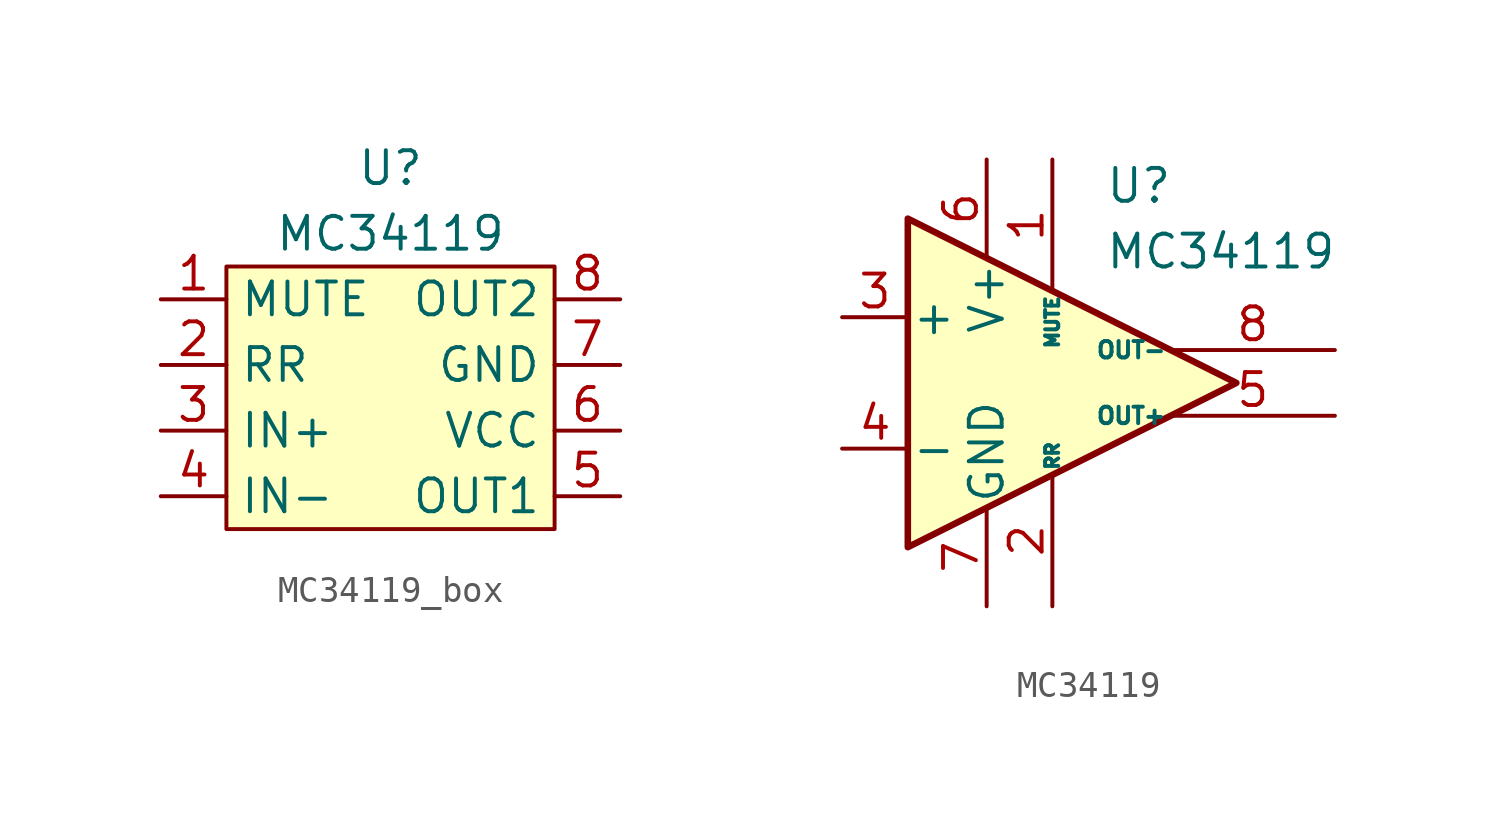
<source format=kicad_sym>
(kicad_symbol_lib
  (version 20231120)
  (generator "kicad_symbol_editor")
  (generator_version "8.0")
  (symbol "MC34119_box"
    (property "Reference" "U"
      (at 0 8.89 0)
      (effects (font (size 1.27 1.27))))
    (property "Value" "MC34119"
      (at 0 6.35 0)
      (effects (font (size 1.27 1.27))))
    (symbol "MC34119_box_1_1"
      (rectangle (start -6.35 5.08) (end 6.35 -5.08) (stroke (width 0) (type default)) (fill (type background)))
      (pin input line (at -8.89 3.81 0) (length 2.54) (name "MUTE" (effects (font (size 1.27 1.27)))) (number "1" (effects (font (size 1.27 1.27)))))
      (pin input line (at -8.89 1.27 0) (length 2.54) (name "RR" (effects (font (size 1.27 1.27)))) (number "2" (effects (font (size 1.27 1.27)))))
      (pin input line (at -8.89 -1.27 0) (length 2.54) (name "IN+" (effects (font (size 1.27 1.27)))) (number "3" (effects (font (size 1.27 1.27)))))
      (pin input line (at -8.89 -3.81 0) (length 2.54) (name "IN-" (effects (font (size 1.27 1.27)))) (number "4" (effects (font (size 1.27 1.27)))))
      (pin output line (at 8.89 -3.81 180) (length 2.54) (name "OUT1" (effects (font (size 1.27 1.27)))) (number "5" (effects (font (size 1.27 1.27)))))
      (pin power_in line (at 8.89 -1.27 180) (length 2.54) (name "VCC" (effects (font (size 1.27 1.27)))) (number "6" (effects (font (size 1.27 1.27)))))
      (pin power_in line (at 8.89 1.27 180) (length 2.54) (name "GND" (effects (font (size 1.27 1.27)))) (number "7" (effects (font (size 1.27 1.27)))))
      (pin output line (at 8.89 3.81 180) (length 2.54) (name "OUT2" (effects (font (size 1.27 1.27)))) (number "8" (effects (font (size 1.27 1.27)))))))
  (symbol "MC34119"
    (pin_names
      (offset 0.127))
    (property "Reference" "U"
      (at 1.27 7.62 0)
      (effects (font (size 1.27 1.27)) (justify left)))
    (property "Value" "MC34119"
      (at 1.27 5.08 0)
      (effects (font (size 1.27 1.27)) (justify left)))
    (symbol "MC34119_0_1"
      (polyline (pts (xy 6.35 0) (xy -6.35 6.35) (xy -6.35 -6.35) (xy 6.35 0)) (stroke (width 0.254) (type default)) (fill (type background))))
    (symbol "MC34119_1_1"
      (pin input line (at -0.762 8.636 270) (length 5.08) (name "MUTE" (effects (font (size 0.508 0.508)))) (number "1" (effects (font (size 1.27 1.27)))))
      (pin input line (at -0.762 -8.636 90) (length 5.08) (name "RR" (effects (font (size 0.508 0.508)))) (number "2" (effects (font (size 1.27 1.27)))))
      (pin input line (at -8.89 2.54 0) (length 2.54) (name "+" (effects (font (size 1.27 1.27)))) (number "3" (effects (font (size 1.27 1.27)))))
      (pin input line (at -8.89 -2.54 0) (length 2.54) (name "-" (effects (font (size 1.27 1.27)))) (number "4" (effects (font (size 1.27 1.27)))))
      (pin output line (at 10.16 -1.27 180) (length 6.35) (name "OUT+" (effects (font (size 0.635 0.635)))) (number "5" (effects (font (size 1.27 1.27)))))
      (pin power_in line (at -3.302 8.636 270) (length 3.81) (name "V+" (effects (font (size 1.27 1.27)))) (number "6" (effects (font (size 1.27 1.27)))))
      (pin power_in line (at -3.302 -8.636 90) (length 3.81) (name "GND" (effects (font (size 1.27 1.27)))) (number "7" (effects (font (size 1.27 1.27)))))
      (pin output line (at 10.16 1.27 180) (length 6.35) (name "OUT-" (effects (font (size 0.635 0.635)))) (number "8" (effects (font (size 1.27 1.27))))))))
</source>
